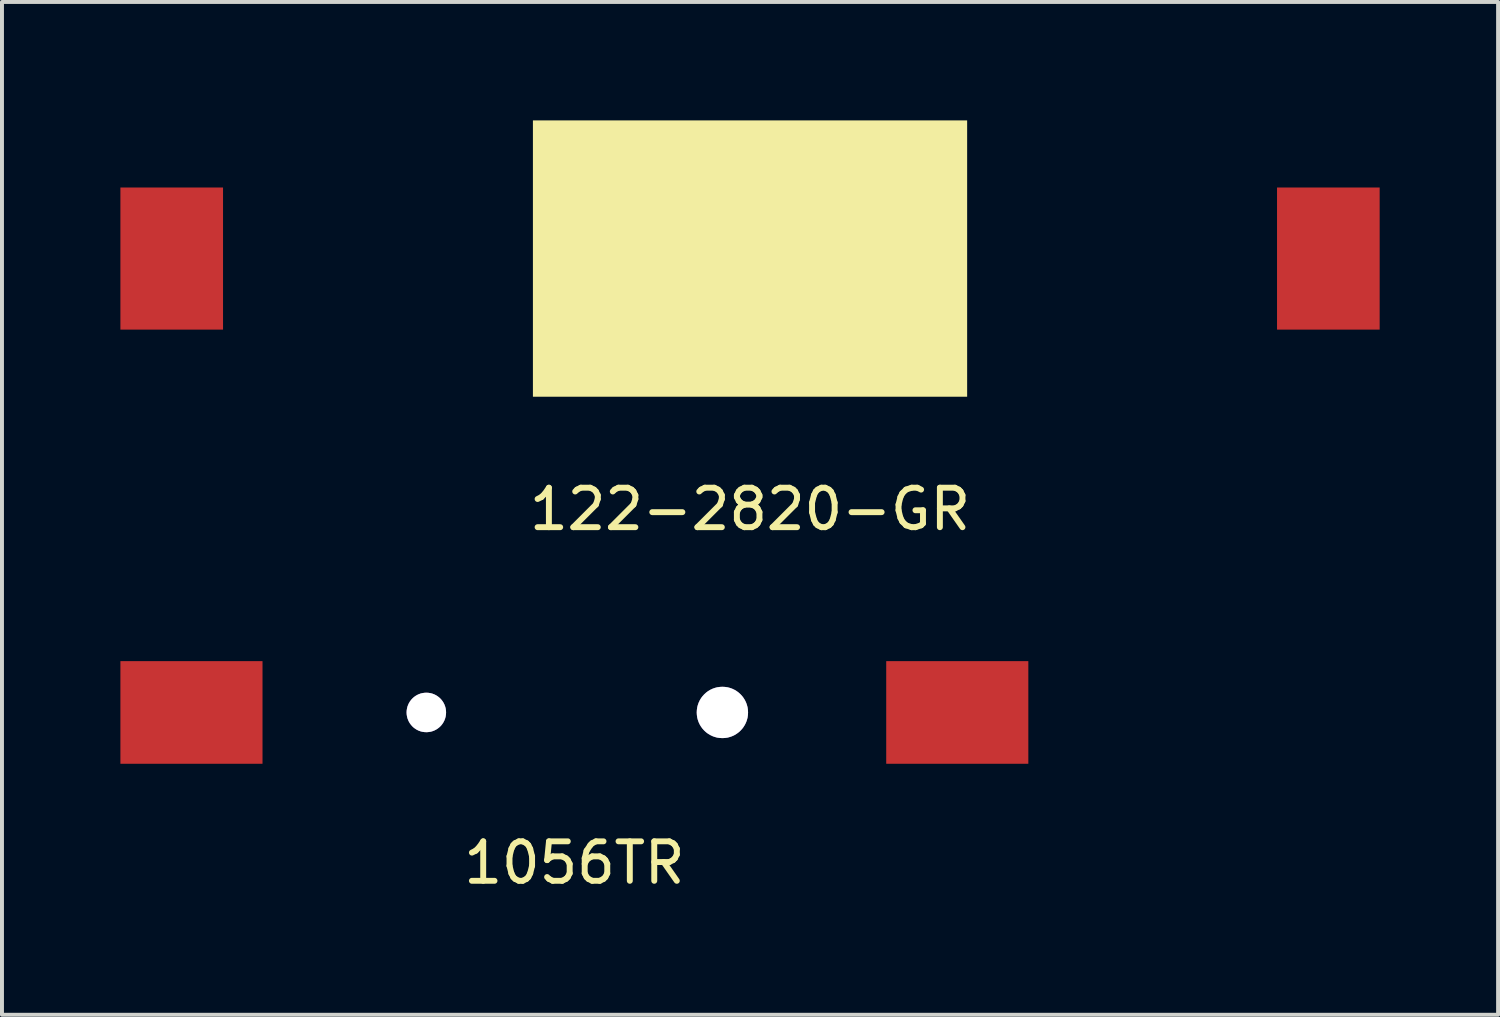
<source format=kicad_pcb>
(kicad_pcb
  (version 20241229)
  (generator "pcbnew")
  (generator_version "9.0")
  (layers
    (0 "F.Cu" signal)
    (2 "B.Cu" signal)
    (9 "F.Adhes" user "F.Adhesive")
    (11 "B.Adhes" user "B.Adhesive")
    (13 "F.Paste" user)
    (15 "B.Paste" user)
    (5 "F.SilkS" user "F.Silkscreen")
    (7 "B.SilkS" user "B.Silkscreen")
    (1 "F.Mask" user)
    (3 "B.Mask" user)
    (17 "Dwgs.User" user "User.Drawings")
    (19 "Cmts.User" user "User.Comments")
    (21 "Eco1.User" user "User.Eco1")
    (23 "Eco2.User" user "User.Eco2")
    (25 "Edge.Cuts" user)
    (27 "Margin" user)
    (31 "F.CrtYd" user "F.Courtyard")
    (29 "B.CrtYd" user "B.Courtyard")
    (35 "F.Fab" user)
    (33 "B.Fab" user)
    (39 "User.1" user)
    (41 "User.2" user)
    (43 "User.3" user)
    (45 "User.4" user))
  (footprint "122-2820-GR"
    (layer "F.Cu")
    (at 15.95 3.5)
    (property "Reference" "122-2820-GR" (at 0 6.35 0) (layer "F.SilkS") (effects (font (size 1 1) (thickness 0.15))))
    (attr through_hole)
    (pad "" smd rect (at 0 0) (size 11 7) (layers "F.SilkS"))
    (pad "1" smd rect (at 14.65 0) (size 2.6 3.6) (layers "F.Cu" "F.Mask" "F.Paste"))
    (pad "2" smd rect (at -14.65 0) (size 2.6 3.6) (layers "F.Cu" "F.Mask" "F.Paste")))
  (footprint "1056TR"
    (layer "F.Cu")
    (at 11.5 14.998)
    (property "Reference" "1056TR" (at 0 3.81 0) (layer "F.SilkS") (effects (font (size 1 1) (thickness 0.15))))
    (attr through_hole)
    (pad "" thru_hole circle (at -3.75 0) (size 1 1) (drill 1) (layers "*.Cu" "*.Mask"))
    (pad "" thru_hole circle (at 3.75 0) (size 1.3 1.3) (drill 1.3) (layers "*.Cu" "*.Mask"))
    (pad "1" smd rect (at 9.7 0) (size 3.6 2.6) (layers "F.Cu" "F.Mask" "F.Paste"))
    (pad "2" smd rect (at -9.7 0) (size 3.6 2.6) (layers "F.Cu" "F.Mask" "F.Paste")))
  (gr_rect
    (start -3 -3)
    (end 34.9 22.657)
    (stroke (width 0.1) (type default))
    (fill no)
    (layer "Edge.Cuts")))
</source>
